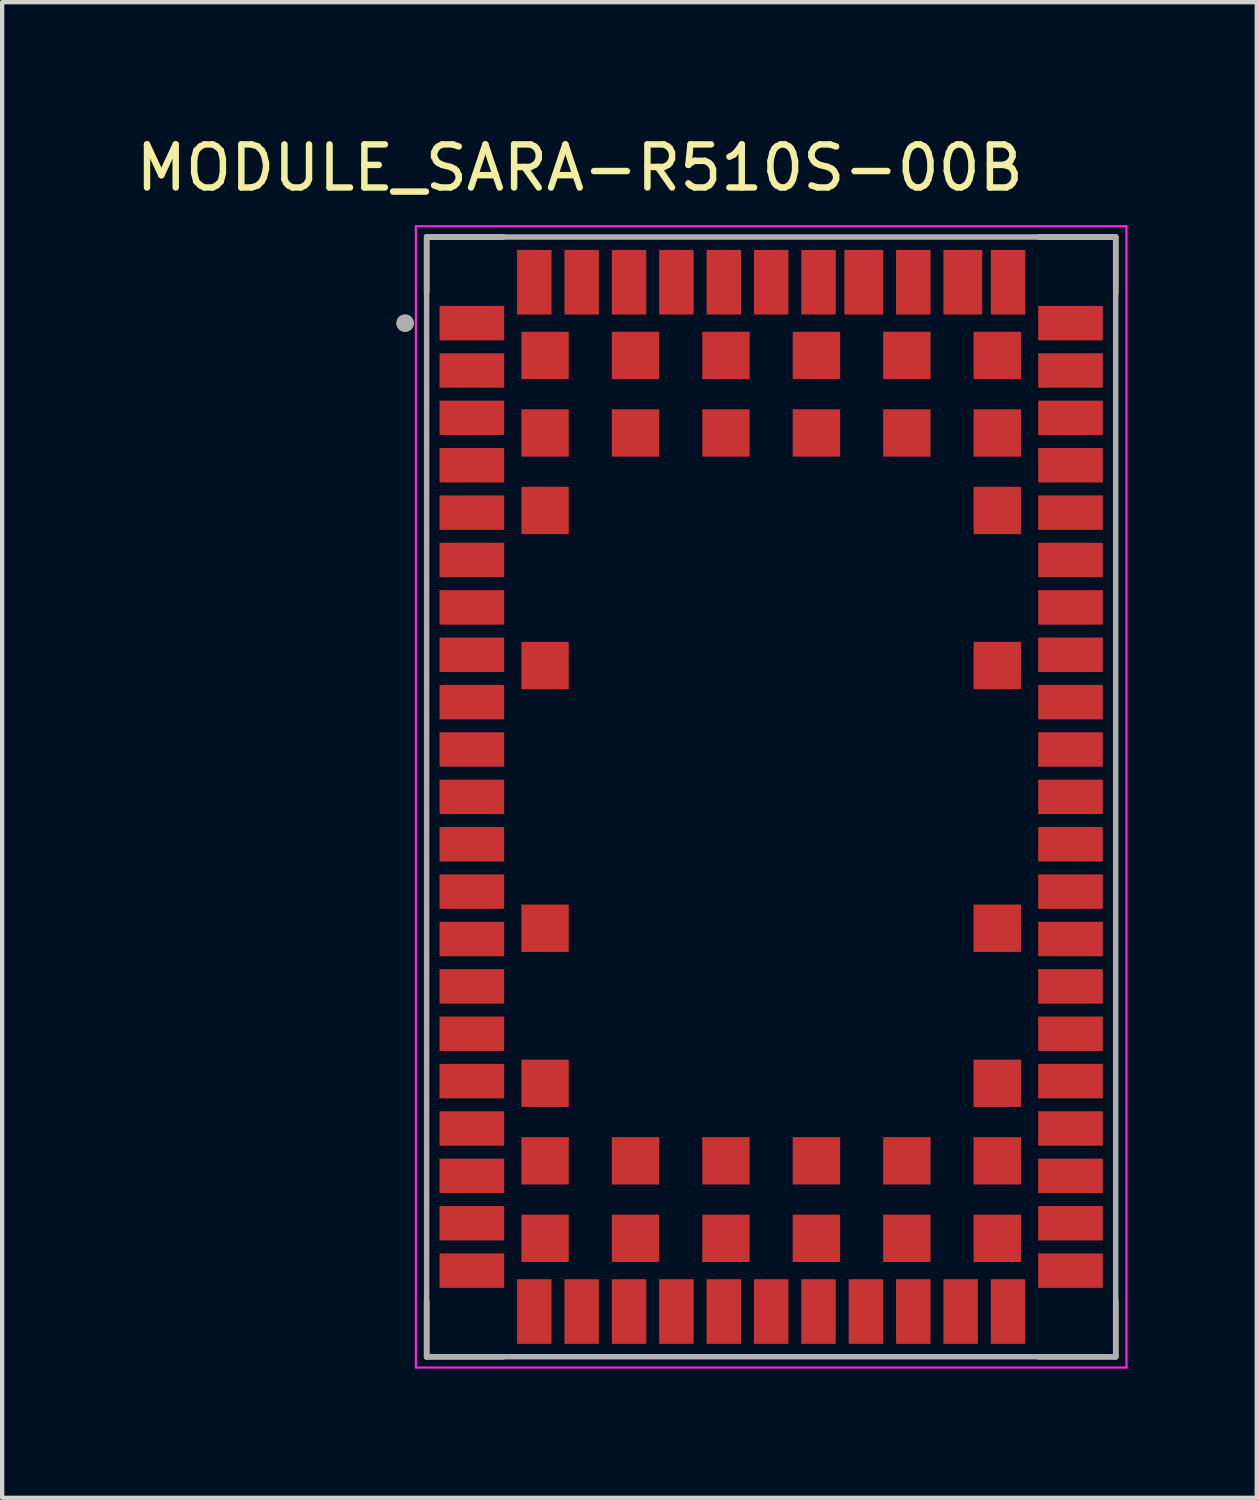
<source format=kicad_pcb>
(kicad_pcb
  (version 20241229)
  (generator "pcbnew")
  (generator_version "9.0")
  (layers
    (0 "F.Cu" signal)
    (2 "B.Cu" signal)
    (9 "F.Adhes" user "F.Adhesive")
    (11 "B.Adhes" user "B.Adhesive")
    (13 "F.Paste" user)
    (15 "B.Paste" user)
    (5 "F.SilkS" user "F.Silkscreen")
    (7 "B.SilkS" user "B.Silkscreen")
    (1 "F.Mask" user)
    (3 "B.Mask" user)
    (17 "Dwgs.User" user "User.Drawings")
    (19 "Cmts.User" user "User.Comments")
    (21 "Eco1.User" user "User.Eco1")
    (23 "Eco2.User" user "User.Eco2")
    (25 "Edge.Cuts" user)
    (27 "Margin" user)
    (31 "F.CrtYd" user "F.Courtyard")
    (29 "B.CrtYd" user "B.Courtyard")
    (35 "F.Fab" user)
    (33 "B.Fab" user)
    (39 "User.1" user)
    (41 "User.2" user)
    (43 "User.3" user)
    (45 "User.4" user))
  (footprint "MODULE_SARA-R510S-00B"
    (layer "F.Cu")
    (at 14.856 15.453)
    (property "Reference" "MODULE_SARA-R510S-00B" (at -4.445 -14.605 0) (layer "F.SilkS") (effects (font (size 1 1) (thickness 0.15))))
    (attr smd)
    (fp_line (start -8 -13) (end -8 -11.713) (stroke (width 0.127) (type solid)) (layer "F.SilkS"))
    (fp_line (start -8 -13) (end -6.213 -13) (stroke (width 0.127) (type solid)) (layer "F.SilkS"))
    (fp_line (start -8 11.713) (end -8 13) (stroke (width 0.127) (type solid)) (layer "F.SilkS"))
    (fp_line (start -8 13) (end -6.213 13) (stroke (width 0.127) (type solid)) (layer "F.SilkS"))
    (fp_line (start 6.213 -13) (end 8 -13) (stroke (width 0.127) (type solid)) (layer "F.SilkS"))
    (fp_line (start 6.213 13) (end 8 13) (stroke (width 0.127) (type solid)) (layer "F.SilkS"))
    (fp_line (start 8 -13) (end 8 -11.713) (stroke (width 0.127) (type solid)) (layer "F.SilkS"))
    (fp_line (start 8 13) (end 8 11.713) (stroke (width 0.127) (type solid)) (layer "F.SilkS"))
    (fp_circle (center -8.5 -11) (end -8.4 -11) (stroke (width 0.2) (type solid)) (fill no) (layer "F.SilkS"))
    (fp_poly (pts (xy -7.775 -11.375) (xy -6.225 -11.375) (xy -6.225 -10.625) (xy -7.775 -10.625)) (stroke (width 0.01) (type solid)) (fill yes) (layer "F.Paste"))
    (fp_poly (pts (xy -7.775 -10.275) (xy -6.225 -10.275) (xy -6.225 -9.525) (xy -7.775 -9.525)) (stroke (width 0.01) (type solid)) (fill yes) (layer "F.Paste"))
    (fp_poly (pts (xy -7.775 -9.175) (xy -6.225 -9.175) (xy -6.225 -8.425) (xy -7.775 -8.425)) (stroke (width 0.01) (type solid)) (fill yes) (layer "F.Paste"))
    (fp_poly (pts (xy -7.775 -8.075) (xy -6.225 -8.075) (xy -6.225 -7.325) (xy -7.775 -7.325)) (stroke (width 0.01) (type solid)) (fill yes) (layer "F.Paste"))
    (fp_poly (pts (xy -7.775 -6.975) (xy -6.225 -6.975) (xy -6.225 -6.225) (xy -7.775 -6.225)) (stroke (width 0.01) (type solid)) (fill yes) (layer "F.Paste"))
    (fp_poly (pts (xy -7.775 -5.875) (xy -6.225 -5.875) (xy -6.225 -5.125) (xy -7.775 -5.125)) (stroke (width 0.01) (type solid)) (fill yes) (layer "F.Paste"))
    (fp_poly (pts (xy -7.775 -4.775) (xy -6.225 -4.775) (xy -6.225 -4.025) (xy -7.775 -4.025)) (stroke (width 0.01) (type solid)) (fill yes) (layer "F.Paste"))
    (fp_poly (pts (xy -7.775 -3.675) (xy -6.225 -3.675) (xy -6.225 -2.925) (xy -7.775 -2.925)) (stroke (width 0.01) (type solid)) (fill yes) (layer "F.Paste"))
    (fp_poly (pts (xy -7.775 -2.575) (xy -6.225 -2.575) (xy -6.225 -1.825) (xy -7.775 -1.825)) (stroke (width 0.01) (type solid)) (fill yes) (layer "F.Paste"))
    (fp_poly (pts (xy -7.775 -1.475) (xy -6.225 -1.475) (xy -6.225 -0.725) (xy -7.775 -0.725)) (stroke (width 0.01) (type solid)) (fill yes) (layer "F.Paste"))
    (fp_poly (pts (xy -7.775 -0.375) (xy -6.225 -0.375) (xy -6.225 0.375) (xy -7.775 0.375)) (stroke (width 0.01) (type solid)) (fill yes) (layer "F.Paste"))
    (fp_poly (pts (xy -7.775 0.725) (xy -6.225 0.725) (xy -6.225 1.475) (xy -7.775 1.475)) (stroke (width 0.01) (type solid)) (fill yes) (layer "F.Paste"))
    (fp_poly (pts (xy -7.775 1.825) (xy -6.225 1.825) (xy -6.225 2.575) (xy -7.775 2.575)) (stroke (width 0.01) (type solid)) (fill yes) (layer "F.Paste"))
    (fp_poly (pts (xy -7.775 2.925) (xy -6.225 2.925) (xy -6.225 3.675) (xy -7.775 3.675)) (stroke (width 0.01) (type solid)) (fill yes) (layer "F.Paste"))
    (fp_poly (pts (xy -7.775 4.025) (xy -6.225 4.025) (xy -6.225 4.775) (xy -7.775 4.775)) (stroke (width 0.01) (type solid)) (fill yes) (layer "F.Paste"))
    (fp_poly (pts (xy -7.775 5.125) (xy -6.225 5.125) (xy -6.225 5.875) (xy -7.775 5.875)) (stroke (width 0.01) (type solid)) (fill yes) (layer "F.Paste"))
    (fp_poly (pts (xy -7.775 6.225) (xy -6.225 6.225) (xy -6.225 6.975) (xy -7.775 6.975)) (stroke (width 0.01) (type solid)) (fill yes) (layer "F.Paste"))
    (fp_poly (pts (xy -7.775 7.325) (xy -6.225 7.325) (xy -6.225 8.075) (xy -7.775 8.075)) (stroke (width 0.01) (type solid)) (fill yes) (layer "F.Paste"))
    (fp_poly (pts (xy -7.775 8.425) (xy -6.225 8.425) (xy -6.225 9.175) (xy -7.775 9.175)) (stroke (width 0.01) (type solid)) (fill yes) (layer "F.Paste"))
    (fp_poly (pts (xy -7.775 9.525) (xy -6.225 9.525) (xy -6.225 10.275) (xy -7.775 10.275)) (stroke (width 0.01) (type solid)) (fill yes) (layer "F.Paste"))
    (fp_poly (pts (xy -7.775 10.625) (xy -6.225 10.625) (xy -6.225 11.375) (xy -7.775 11.375)) (stroke (width 0.01) (type solid)) (fill yes) (layer "F.Paste"))
    (fp_poly (pts (xy -5.875 -12.775) (xy -5.125 -12.775) (xy -5.125 -11.225) (xy -5.875 -11.225)) (stroke (width 0.01) (type solid)) (fill yes) (layer "F.Paste"))
    (fp_poly (pts (xy -5.875 11.225) (xy -5.125 11.225) (xy -5.125 12.775) (xy -5.875 12.775)) (stroke (width 0.01) (type solid)) (fill yes) (layer "F.Paste"))
    (fp_poly (pts (xy -5.775 -10.775) (xy -4.725 -10.775) (xy -4.725 -9.725) (xy -5.775 -9.725)) (stroke (width 0.01) (type solid)) (fill yes) (layer "F.Paste"))
    (fp_poly (pts (xy -5.775 -8.975) (xy -4.725 -8.975) (xy -4.725 -7.925) (xy -5.775 -7.925)) (stroke (width 0.01) (type solid)) (fill yes) (layer "F.Paste"))
    (fp_poly (pts (xy -5.775 -7.175) (xy -4.725 -7.175) (xy -4.725 -6.125) (xy -5.775 -6.125)) (stroke (width 0.01) (type solid)) (fill yes) (layer "F.Paste"))
    (fp_poly (pts (xy -5.775 -3.575) (xy -4.725 -3.575) (xy -4.725 -2.525) (xy -5.775 -2.525)) (stroke (width 0.01) (type solid)) (fill yes) (layer "F.Paste"))
    (fp_poly (pts (xy -5.775 2.525) (xy -4.725 2.525) (xy -4.725 3.575) (xy -5.775 3.575)) (stroke (width 0.01) (type solid)) (fill yes) (layer "F.Paste"))
    (fp_poly (pts (xy -5.775 6.125) (xy -4.725 6.125) (xy -4.725 7.175) (xy -5.775 7.175)) (stroke (width 0.01) (type solid)) (fill yes) (layer "F.Paste"))
    (fp_poly (pts (xy -5.775 7.925) (xy -4.725 7.925) (xy -4.725 8.975) (xy -5.775 8.975)) (stroke (width 0.01) (type solid)) (fill yes) (layer "F.Paste"))
    (fp_poly (pts (xy -5.775 9.725) (xy -4.725 9.725) (xy -4.725 10.775) (xy -5.775 10.775)) (stroke (width 0.01) (type solid)) (fill yes) (layer "F.Paste"))
    (fp_poly (pts (xy -4.775 -12.775) (xy -4.025 -12.775) (xy -4.025 -11.225) (xy -4.775 -11.225)) (stroke (width 0.01) (type solid)) (fill yes) (layer "F.Paste"))
    (fp_poly (pts (xy -4.775 11.225) (xy -4.025 11.225) (xy -4.025 12.775) (xy -4.775 12.775)) (stroke (width 0.01) (type solid)) (fill yes) (layer "F.Paste"))
    (fp_poly (pts (xy -3.675 -12.775) (xy -2.925 -12.775) (xy -2.925 -11.225) (xy -3.675 -11.225)) (stroke (width 0.01) (type solid)) (fill yes) (layer "F.Paste"))
    (fp_poly (pts (xy -3.675 -10.775) (xy -2.625 -10.775) (xy -2.625 -9.725) (xy -3.675 -9.725)) (stroke (width 0.01) (type solid)) (fill yes) (layer "F.Paste"))
    (fp_poly (pts (xy -3.675 -8.975) (xy -2.625 -8.975) (xy -2.625 -7.925) (xy -3.675 -7.925)) (stroke (width 0.01) (type solid)) (fill yes) (layer "F.Paste"))
    (fp_poly (pts (xy -3.675 7.925) (xy -2.625 7.925) (xy -2.625 8.975) (xy -3.675 8.975)) (stroke (width 0.01) (type solid)) (fill yes) (layer "F.Paste"))
    (fp_poly (pts (xy -3.675 9.725) (xy -2.625 9.725) (xy -2.625 10.775) (xy -3.675 10.775)) (stroke (width 0.01) (type solid)) (fill yes) (layer "F.Paste"))
    (fp_poly (pts (xy -3.675 11.225) (xy -2.925 11.225) (xy -2.925 12.775) (xy -3.675 12.775)) (stroke (width 0.01) (type solid)) (fill yes) (layer "F.Paste"))
    (fp_poly (pts (xy -2.575 -12.775) (xy -1.825 -12.775) (xy -1.825 -11.225) (xy -2.575 -11.225)) (stroke (width 0.01) (type solid)) (fill yes) (layer "F.Paste"))
    (fp_poly (pts (xy -2.575 11.225) (xy -1.825 11.225) (xy -1.825 12.775) (xy -2.575 12.775)) (stroke (width 0.01) (type solid)) (fill yes) (layer "F.Paste"))
    (fp_poly (pts (xy -1.575 -10.775) (xy -0.525 -10.775) (xy -0.525 -9.725) (xy -1.575 -9.725)) (stroke (width 0.01) (type solid)) (fill yes) (layer "F.Paste"))
    (fp_poly (pts (xy -1.575 -8.975) (xy -0.525 -8.975) (xy -0.525 -7.925) (xy -1.575 -7.925)) (stroke (width 0.01) (type solid)) (fill yes) (layer "F.Paste"))
    (fp_poly (pts (xy -1.575 7.925) (xy -0.525 7.925) (xy -0.525 8.975) (xy -1.575 8.975)) (stroke (width 0.01) (type solid)) (fill yes) (layer "F.Paste"))
    (fp_poly (pts (xy -1.575 9.725) (xy -0.525 9.725) (xy -0.525 10.775) (xy -1.575 10.775)) (stroke (width 0.01) (type solid)) (fill yes) (layer "F.Paste"))
    (fp_poly (pts (xy -1.475 -12.775) (xy -0.725 -12.775) (xy -0.725 -11.225) (xy -1.475 -11.225)) (stroke (width 0.01) (type solid)) (fill yes) (layer "F.Paste"))
    (fp_poly (pts (xy -1.475 11.225) (xy -0.725 11.225) (xy -0.725 12.775) (xy -1.475 12.775)) (stroke (width 0.01) (type solid)) (fill yes) (layer "F.Paste"))
    (fp_poly (pts (xy -0.375 -12.775) (xy 0.375 -12.775) (xy 0.375 -11.225) (xy -0.375 -11.225)) (stroke (width 0.01) (type solid)) (fill yes) (layer "F.Paste"))
    (fp_poly (pts (xy -0.375 11.225) (xy 0.375 11.225) (xy 0.375 12.775) (xy -0.375 12.775)) (stroke (width 0.01) (type solid)) (fill yes) (layer "F.Paste"))
    (fp_poly (pts (xy 0.525 -10.775) (xy 1.575 -10.775) (xy 1.575 -9.725) (xy 0.525 -9.725)) (stroke (width 0.01) (type solid)) (fill yes) (layer "F.Paste"))
    (fp_poly (pts (xy 0.525 -8.975) (xy 1.575 -8.975) (xy 1.575 -7.925) (xy 0.525 -7.925)) (stroke (width 0.01) (type solid)) (fill yes) (layer "F.Paste"))
    (fp_poly (pts (xy 0.525 7.925) (xy 1.575 7.925) (xy 1.575 8.975) (xy 0.525 8.975)) (stroke (width 0.01) (type solid)) (fill yes) (layer "F.Paste"))
    (fp_poly (pts (xy 0.525 9.725) (xy 1.575 9.725) (xy 1.575 10.775) (xy 0.525 10.775)) (stroke (width 0.01) (type solid)) (fill yes) (layer "F.Paste"))
    (fp_poly (pts (xy 0.725 -12.775) (xy 1.475 -12.775) (xy 1.475 -11.225) (xy 0.725 -11.225)) (stroke (width 0.01) (type solid)) (fill yes) (layer "F.Paste"))
    (fp_poly (pts (xy 0.725 11.225) (xy 1.475 11.225) (xy 1.475 12.775) (xy 0.725 12.775)) (stroke (width 0.01) (type solid)) (fill yes) (layer "F.Paste"))
    (fp_poly (pts (xy 1.775 -12.775) (xy 2.525 -12.775) (xy 2.525 -11.225) (xy 1.775 -11.225)) (stroke (width 0.01) (type solid)) (fill yes) (layer "F.Paste"))
    (fp_poly (pts (xy 1.825 11.225) (xy 2.575 11.225) (xy 2.575 12.775) (xy 1.825 12.775)) (stroke (width 0.01) (type solid)) (fill yes) (layer "F.Paste"))
    (fp_poly (pts (xy 2.625 -10.775) (xy 3.675 -10.775) (xy 3.675 -9.725) (xy 2.625 -9.725)) (stroke (width 0.01) (type solid)) (fill yes) (layer "F.Paste"))
    (fp_poly (pts (xy 2.625 -8.975) (xy 3.675 -8.975) (xy 3.675 -7.925) (xy 2.625 -7.925)) (stroke (width 0.01) (type solid)) (fill yes) (layer "F.Paste"))
    (fp_poly (pts (xy 2.625 7.925) (xy 3.675 7.925) (xy 3.675 8.975) (xy 2.625 8.975)) (stroke (width 0.01) (type solid)) (fill yes) (layer "F.Paste"))
    (fp_poly (pts (xy 2.625 9.725) (xy 3.675 9.725) (xy 3.675 10.775) (xy 2.625 10.775)) (stroke (width 0.01) (type solid)) (fill yes) (layer "F.Paste"))
    (fp_poly (pts (xy 2.925 -12.775) (xy 3.675 -12.775) (xy 3.675 -11.225) (xy 2.925 -11.225)) (stroke (width 0.01) (type solid)) (fill yes) (layer "F.Paste"))
    (fp_poly (pts (xy 2.925 11.225) (xy 3.675 11.225) (xy 3.675 12.775) (xy 2.925 12.775)) (stroke (width 0.01) (type solid)) (fill yes) (layer "F.Paste"))
    (fp_poly (pts (xy 4.025 11.225) (xy 4.775 11.225) (xy 4.775 12.775) (xy 4.025 12.775)) (stroke (width 0.01) (type solid)) (fill yes) (layer "F.Paste"))
    (fp_poly (pts (xy 4.075 -12.775) (xy 4.825 -12.775) (xy 4.825 -11.225) (xy 4.075 -11.225)) (stroke (width 0.01) (type solid)) (fill yes) (layer "F.Paste"))
    (fp_poly (pts (xy 4.725 -10.775) (xy 5.775 -10.775) (xy 5.775 -9.725) (xy 4.725 -9.725)) (stroke (width 0.01) (type solid)) (fill yes) (layer "F.Paste"))
    (fp_poly (pts (xy 4.725 -8.975) (xy 5.775 -8.975) (xy 5.775 -7.925) (xy 4.725 -7.925)) (stroke (width 0.01) (type solid)) (fill yes) (layer "F.Paste"))
    (fp_poly (pts (xy 4.725 -7.175) (xy 5.775 -7.175) (xy 5.775 -6.125) (xy 4.725 -6.125)) (stroke (width 0.01) (type solid)) (fill yes) (layer "F.Paste"))
    (fp_poly (pts (xy 4.725 -3.575) (xy 5.775 -3.575) (xy 5.775 -2.525) (xy 4.725 -2.525)) (stroke (width 0.01) (type solid)) (fill yes) (layer "F.Paste"))
    (fp_poly (pts (xy 4.725 2.525) (xy 5.775 2.525) (xy 5.775 3.575) (xy 4.725 3.575)) (stroke (width 0.01) (type solid)) (fill yes) (layer "F.Paste"))
    (fp_poly (pts (xy 4.725 6.125) (xy 5.775 6.125) (xy 5.775 7.175) (xy 4.725 7.175)) (stroke (width 0.01) (type solid)) (fill yes) (layer "F.Paste"))
    (fp_poly (pts (xy 4.725 7.925) (xy 5.775 7.925) (xy 5.775 8.975) (xy 4.725 8.975)) (stroke (width 0.01) (type solid)) (fill yes) (layer "F.Paste"))
    (fp_poly (pts (xy 4.725 9.725) (xy 5.775 9.725) (xy 5.775 10.775) (xy 4.725 10.775)) (stroke (width 0.01) (type solid)) (fill yes) (layer "F.Paste"))
    (fp_poly (pts (xy 5.125 -12.775) (xy 5.875 -12.775) (xy 5.875 -11.225) (xy 5.125 -11.225)) (stroke (width 0.01) (type solid)) (fill yes) (layer "F.Paste"))
    (fp_poly (pts (xy 5.125 11.225) (xy 5.875 11.225) (xy 5.875 12.775) (xy 5.125 12.775)) (stroke (width 0.01) (type solid)) (fill yes) (layer "F.Paste"))
    (fp_poly (pts (xy 6.225 -11.375) (xy 7.775 -11.375) (xy 7.775 -10.625) (xy 6.225 -10.625)) (stroke (width 0.01) (type solid)) (fill yes) (layer "F.Paste"))
    (fp_poly (pts (xy 6.225 -10.275) (xy 7.775 -10.275) (xy 7.775 -9.525) (xy 6.225 -9.525)) (stroke (width 0.01) (type solid)) (fill yes) (layer "F.Paste"))
    (fp_poly (pts (xy 6.225 -9.175) (xy 7.775 -9.175) (xy 7.775 -8.425) (xy 6.225 -8.425)) (stroke (width 0.01) (type solid)) (fill yes) (layer "F.Paste"))
    (fp_poly (pts (xy 6.225 -8.075) (xy 7.775 -8.075) (xy 7.775 -7.325) (xy 6.225 -7.325)) (stroke (width 0.01) (type solid)) (fill yes) (layer "F.Paste"))
    (fp_poly (pts (xy 6.225 -6.975) (xy 7.775 -6.975) (xy 7.775 -6.225) (xy 6.225 -6.225)) (stroke (width 0.01) (type solid)) (fill yes) (layer "F.Paste"))
    (fp_poly (pts (xy 6.225 -5.875) (xy 7.775 -5.875) (xy 7.775 -5.125) (xy 6.225 -5.125)) (stroke (width 0.01) (type solid)) (fill yes) (layer "F.Paste"))
    (fp_poly (pts (xy 6.225 -4.775) (xy 7.775 -4.775) (xy 7.775 -4.025) (xy 6.225 -4.025)) (stroke (width 0.01) (type solid)) (fill yes) (layer "F.Paste"))
    (fp_poly (pts (xy 6.225 -3.675) (xy 7.775 -3.675) (xy 7.775 -2.925) (xy 6.225 -2.925)) (stroke (width 0.01) (type solid)) (fill yes) (layer "F.Paste"))
    (fp_poly (pts (xy 6.225 -2.575) (xy 7.775 -2.575) (xy 7.775 -1.825) (xy 6.225 -1.825)) (stroke (width 0.01) (type solid)) (fill yes) (layer "F.Paste"))
    (fp_poly (pts (xy 6.225 -1.475) (xy 7.775 -1.475) (xy 7.775 -0.725) (xy 6.225 -0.725)) (stroke (width 0.01) (type solid)) (fill yes) (layer "F.Paste"))
    (fp_poly (pts (xy 6.225 -0.375) (xy 7.775 -0.375) (xy 7.775 0.375) (xy 6.225 0.375)) (stroke (width 0.01) (type solid)) (fill yes) (layer "F.Paste"))
    (fp_poly (pts (xy 6.225 0.725) (xy 7.775 0.725) (xy 7.775 1.475) (xy 6.225 1.475)) (stroke (width 0.01) (type solid)) (fill yes) (layer "F.Paste"))
    (fp_poly (pts (xy 6.225 1.825) (xy 7.775 1.825) (xy 7.775 2.575) (xy 6.225 2.575)) (stroke (width 0.01) (type solid)) (fill yes) (layer "F.Paste"))
    (fp_poly (pts (xy 6.225 2.925) (xy 7.775 2.925) (xy 7.775 3.675) (xy 6.225 3.675)) (stroke (width 0.01) (type solid)) (fill yes) (layer "F.Paste"))
    (fp_poly (pts (xy 6.225 4.025) (xy 7.775 4.025) (xy 7.775 4.775) (xy 6.225 4.775)) (stroke (width 0.01) (type solid)) (fill yes) (layer "F.Paste"))
    (fp_poly (pts (xy 6.225 5.125) (xy 7.775 5.125) (xy 7.775 5.875) (xy 6.225 5.875)) (stroke (width 0.01) (type solid)) (fill yes) (layer "F.Paste"))
    (fp_poly (pts (xy 6.225 6.225) (xy 7.775 6.225) (xy 7.775 6.975) (xy 6.225 6.975)) (stroke (width 0.01) (type solid)) (fill yes) (layer "F.Paste"))
    (fp_poly (pts (xy 6.225 7.325) (xy 7.775 7.325) (xy 7.775 8.075) (xy 6.225 8.075)) (stroke (width 0.01) (type solid)) (fill yes) (layer "F.Paste"))
    (fp_poly (pts (xy 6.225 8.425) (xy 7.775 8.425) (xy 7.775 9.175) (xy 6.225 9.175)) (stroke (width 0.01) (type solid)) (fill yes) (layer "F.Paste"))
    (fp_poly (pts (xy 6.225 9.525) (xy 7.775 9.525) (xy 7.775 10.275) (xy 6.225 10.275)) (stroke (width 0.01) (type solid)) (fill yes) (layer "F.Paste"))
    (fp_poly (pts (xy 6.225 10.625) (xy 7.775 10.625) (xy 7.775 11.375) (xy 6.225 11.375)) (stroke (width 0.01) (type solid)) (fill yes) (layer "F.Paste"))
    (fp_line (start -8.25 -13.25) (end -8.25 13.25) (stroke (width 0.05) (type solid)) (layer "F.CrtYd"))
    (fp_line (start -8.25 -13.25) (end 8.25 -13.25) (stroke (width 0.05) (type solid)) (layer "F.CrtYd"))
    (fp_line (start 8.25 -13.25) (end 8.25 13.25) (stroke (width 0.05) (type solid)) (layer "F.CrtYd"))
    (fp_line (start 8.25 13.25) (end -8.25 13.25) (stroke (width 0.05) (type solid)) (layer "F.CrtYd"))
    (fp_line (start -8 -13) (end 8 -13) (stroke (width 0.127) (type solid)) (layer "F.Fab"))
    (fp_line (start -8 13) (end -8 -13) (stroke (width 0.127) (type solid)) (layer "F.Fab"))
    (fp_line (start -8 13) (end 8 13) (stroke (width 0.127) (type solid)) (layer "F.Fab"))
    (fp_line (start 8 13) (end 8 -13) (stroke (width 0.127) (type solid)) (layer "F.Fab"))
    (fp_circle (center -8.5 -11) (end -8.4 -11) (stroke (width 0.2) (type solid)) (fill no) (layer "F.Fab"))
    (pad "1" smd rect (at -6.95 -11) (size 1.5 0.8) (layers "F.Cu" "F.Mask"))
    (pad "2" smd rect (at -6.95 -9.9) (size 1.5 0.8) (layers "F.Cu" "F.Mask"))
    (pad "3" smd rect (at -6.95 -8.8) (size 1.5 0.8) (layers "F.Cu" "F.Mask"))
    (pad "4" smd rect (at -6.95 -7.7) (size 1.5 0.8) (layers "F.Cu" "F.Mask"))
    (pad "5" smd rect (at -6.95 -6.6) (size 1.5 0.8) (layers "F.Cu" "F.Mask"))
    (pad "6" smd rect (at -6.95 -5.5) (size 1.5 0.8) (layers "F.Cu" "F.Mask"))
    (pad "7" smd rect (at -6.95 -4.4) (size 1.5 0.8) (layers "F.Cu" "F.Mask"))
    (pad "8" smd rect (at -6.95 -3.3) (size 1.5 0.8) (layers "F.Cu" "F.Mask"))
    (pad "9" smd rect (at -6.95 -2.2) (size 1.5 0.8) (layers "F.Cu" "F.Mask"))
    (pad "10" smd rect (at -6.95 -1.1) (size 1.5 0.8) (layers "F.Cu" "F.Mask"))
    (pad "11" smd rect (at -6.95 0) (size 1.5 0.8) (layers "F.Cu" "F.Mask"))
    (pad "12" smd rect (at -6.95 1.1) (size 1.5 0.8) (layers "F.Cu" "F.Mask"))
    (pad "13" smd rect (at -6.95 2.2) (size 1.5 0.8) (layers "F.Cu" "F.Mask"))
    (pad "14" smd rect (at -6.95 3.3) (size 1.5 0.8) (layers "F.Cu" "F.Mask"))
    (pad "15" smd rect (at -6.95 4.4) (size 1.5 0.8) (layers "F.Cu" "F.Mask"))
    (pad "16" smd rect (at -6.95 5.5) (size 1.5 0.8) (layers "F.Cu" "F.Mask"))
    (pad "17" smd rect (at -6.95 6.6) (size 1.5 0.8) (layers "F.Cu" "F.Mask"))
    (pad "18" smd rect (at -6.95 7.7) (size 1.5 0.8) (layers "F.Cu" "F.Mask"))
    (pad "19" smd rect (at -6.95 8.8) (size 1.5 0.8) (layers "F.Cu" "F.Mask"))
    (pad "20" smd rect (at -6.95 9.9) (size 1.5 0.8) (layers "F.Cu" "F.Mask"))
    (pad "21" smd rect (at -6.95 11) (size 1.5 0.8) (layers "F.Cu" "F.Mask"))
    (pad "22" smd rect (at -5.5 11.95) (size 0.8 1.5) (layers "F.Cu" "F.Mask"))
    (pad "23" smd rect (at -4.4 11.95) (size 0.8 1.5) (layers "F.Cu" "F.Mask"))
    (pad "24" smd rect (at -3.3 11.95) (size 0.8 1.5) (layers "F.Cu" "F.Mask"))
    (pad "25" smd rect (at -2.2 11.95) (size 0.8 1.5) (layers "F.Cu" "F.Mask"))
    (pad "26" smd rect (at -1.1 11.95) (size 0.8 1.5) (layers "F.Cu" "F.Mask"))
    (pad "27" smd rect (at 0 11.95) (size 0.8 1.5) (layers "F.Cu" "F.Mask"))
    (pad "28" smd rect (at 1.1 11.95) (size 0.8 1.5) (layers "F.Cu" "F.Mask"))
    (pad "29" smd rect (at 2.2 11.95) (size 0.8 1.5) (layers "F.Cu" "F.Mask"))
    (pad "30" smd rect (at 3.3 11.95) (size 0.8 1.5) (layers "F.Cu" "F.Mask"))
    (pad "31" smd rect (at 4.4 11.95) (size 0.8 1.5) (layers "F.Cu" "F.Mask"))
    (pad "32" smd rect (at 5.5 11.95) (size 0.8 1.5) (layers "F.Cu" "F.Mask"))
    (pad "33" smd rect (at 6.95 11) (size 1.5 0.8) (layers "F.Cu" "F.Mask"))
    (pad "34" smd rect (at 6.95 9.9) (size 1.5 0.8) (layers "F.Cu" "F.Mask"))
    (pad "35" smd rect (at 6.95 8.8) (size 1.5 0.8) (layers "F.Cu" "F.Mask"))
    (pad "36" smd rect (at 6.95 7.7) (size 1.5 0.8) (layers "F.Cu" "F.Mask"))
    (pad "37" smd rect (at 6.95 6.6) (size 1.5 0.8) (layers "F.Cu" "F.Mask"))
    (pad "38" smd rect (at 6.95 5.5) (size 1.5 0.8) (layers "F.Cu" "F.Mask"))
    (pad "39" smd rect (at 6.95 4.4) (size 1.5 0.8) (layers "F.Cu" "F.Mask"))
    (pad "40" smd rect (at 6.95 3.3) (size 1.5 0.8) (layers "F.Cu" "F.Mask"))
    (pad "41" smd rect (at 6.95 2.2) (size 1.5 0.8) (layers "F.Cu" "F.Mask"))
    (pad "42" smd rect (at 6.95 1.1) (size 1.5 0.8) (layers "F.Cu" "F.Mask"))
    (pad "43" smd rect (at 6.95 0) (size 1.5 0.8) (layers "F.Cu" "F.Mask"))
    (pad "44" smd rect (at 6.95 -1.1) (size 1.5 0.8) (layers "F.Cu" "F.Mask"))
    (pad "45" smd rect (at 6.95 -2.2) (size 1.5 0.8) (layers "F.Cu" "F.Mask"))
    (pad "46" smd rect (at 6.95 -3.3) (size 1.5 0.8) (layers "F.Cu" "F.Mask"))
    (pad "47" smd rect (at 6.95 -4.4) (size 1.5 0.8) (layers "F.Cu" "F.Mask"))
    (pad "48" smd rect (at 6.95 -5.5) (size 1.5 0.8) (layers "F.Cu" "F.Mask"))
    (pad "49" smd rect (at 6.95 -6.6) (size 1.5 0.8) (layers "F.Cu" "F.Mask"))
    (pad "50" smd rect (at 6.95 -7.7) (size 1.5 0.8) (layers "F.Cu" "F.Mask"))
    (pad "51" smd rect (at 6.95 -8.8) (size 1.5 0.8) (layers "F.Cu" "F.Mask"))
    (pad "52" smd rect (at 6.95 -9.9) (size 1.5 0.8) (layers "F.Cu" "F.Mask"))
    (pad "53" smd rect (at 6.95 -11) (size 1.5 0.8) (layers "F.Cu" "F.Mask"))
    (pad "54" smd rect (at 5.5 -11.95) (size 0.8 1.5) (layers "F.Cu" "F.Mask"))
    (pad "55" smd rect (at 4.45 -11.95) (size 0.9 1.5) (layers "F.Cu" "F.Mask"))
    (pad "56" smd rect (at 3.3 -11.95) (size 0.8 1.5) (layers "F.Cu" "F.Mask"))
    (pad "57" smd rect (at 2.15 -11.95) (size 0.9 1.5) (layers "F.Cu" "F.Mask"))
    (pad "58" smd rect (at 1.1 -11.95) (size 0.8 1.5) (layers "F.Cu" "F.Mask"))
    (pad "59" smd rect (at 0 -11.95) (size 0.8 1.5) (layers "F.Cu" "F.Mask"))
    (pad "60" smd rect (at -1.1 -11.95) (size 0.8 1.5) (layers "F.Cu" "F.Mask"))
    (pad "61" smd rect (at -2.2 -11.95) (size 0.8 1.5) (layers "F.Cu" "F.Mask"))
    (pad "62" smd rect (at -3.3 -11.95) (size 0.8 1.5) (layers "F.Cu" "F.Mask"))
    (pad "63" smd rect (at -4.4 -11.95) (size 0.8 1.5) (layers "F.Cu" "F.Mask"))
    (pad "64" smd rect (at -5.5 -11.95) (size 0.8 1.5) (layers "F.Cu" "F.Mask"))
    (pad "65" smd rect (at -5.25 -10.25) (size 1.1 1.1) (layers "F.Cu" "F.Mask"))
    (pad "66" smd rect (at -3.15 -10.25) (size 1.1 1.1) (layers "F.Cu" "F.Mask"))
    (pad "67" smd rect (at -1.05 -10.25) (size 1.1 1.1) (layers "F.Cu" "F.Mask"))
    (pad "68" smd rect (at 1.05 -10.25) (size 1.1 1.1) (layers "F.Cu" "F.Mask"))
    (pad "69" smd rect (at 3.15 -10.25) (size 1.1 1.1) (layers "F.Cu" "F.Mask"))
    (pad "70" smd rect (at 5.25 -10.25) (size 1.1 1.1) (layers "F.Cu" "F.Mask"))
    (pad "71" smd rect (at -5.25 -8.45) (size 1.1 1.1) (layers "F.Cu" "F.Mask"))
    (pad "72" smd rect (at -3.15 -8.45) (size 1.1 1.1) (layers "F.Cu" "F.Mask"))
    (pad "73" smd rect (at -1.05 -8.45) (size 1.1 1.1) (layers "F.Cu" "F.Mask"))
    (pad "74" smd rect (at 1.05 -8.45) (size 1.1 1.1) (layers "F.Cu" "F.Mask"))
    (pad "75" smd rect (at 3.15 -8.45) (size 1.1 1.1) (layers "F.Cu" "F.Mask"))
    (pad "76" smd rect (at 5.25 -8.45) (size 1.1 1.1) (layers "F.Cu" "F.Mask"))
    (pad "77" smd rect (at -5.25 -6.65) (size 1.1 1.1) (layers "F.Cu" "F.Mask"))
    (pad "78" smd rect (at 5.25 -6.65) (size 1.1 1.1) (layers "F.Cu" "F.Mask"))
    (pad "79" smd rect (at -5.25 -3.05) (size 1.1 1.1) (layers "F.Cu" "F.Mask"))
    (pad "80" smd rect (at 5.25 -3.05) (size 1.1 1.1) (layers "F.Cu" "F.Mask"))
    (pad "81" smd rect (at -5.25 3.05) (size 1.1 1.1) (layers "F.Cu" "F.Mask"))
    (pad "82" smd rect (at 5.25 3.05) (size 1.1 1.1) (layers "F.Cu" "F.Mask"))
    (pad "83" smd rect (at -5.25 6.65) (size 1.1 1.1) (layers "F.Cu" "F.Mask"))
    (pad "84" smd rect (at 5.25 6.65) (size 1.1 1.1) (layers "F.Cu" "F.Mask"))
    (pad "85" smd rect (at -5.25 8.45) (size 1.1 1.1) (layers "F.Cu" "F.Mask"))
    (pad "86" smd rect (at -3.15 8.45) (size 1.1 1.1) (layers "F.Cu" "F.Mask"))
    (pad "87" smd rect (at -1.05 8.45) (size 1.1 1.1) (layers "F.Cu" "F.Mask"))
    (pad "88" smd rect (at 1.05 8.45) (size 1.1 1.1) (layers "F.Cu" "F.Mask"))
    (pad "89" smd rect (at 3.15 8.45) (size 1.1 1.1) (layers "F.Cu" "F.Mask"))
    (pad "90" smd rect (at 5.25 8.45) (size 1.1 1.1) (layers "F.Cu" "F.Mask"))
    (pad "91" smd rect (at -5.25 10.25) (size 1.1 1.1) (layers "F.Cu" "F.Mask"))
    (pad "92" smd rect (at -3.15 10.25) (size 1.1 1.1) (layers "F.Cu" "F.Mask"))
    (pad "93" smd rect (at -1.05 10.25) (size 1.1 1.1) (layers "F.Cu" "F.Mask"))
    (pad "94" smd rect (at 1.05 10.25) (size 1.1 1.1) (layers "F.Cu" "F.Mask"))
    (pad "95" smd rect (at 3.15 10.25) (size 1.1 1.1) (layers "F.Cu" "F.Mask"))
    (pad "96" smd rect (at 5.25 10.25) (size 1.1 1.1) (layers "F.Cu" "F.Mask")))
  (gr_rect
    (start -3 -3)
    (end 26.131 31.728)
    (stroke (width 0.1) (type default))
    (fill no)
    (layer "Edge.Cuts")))
</source>
